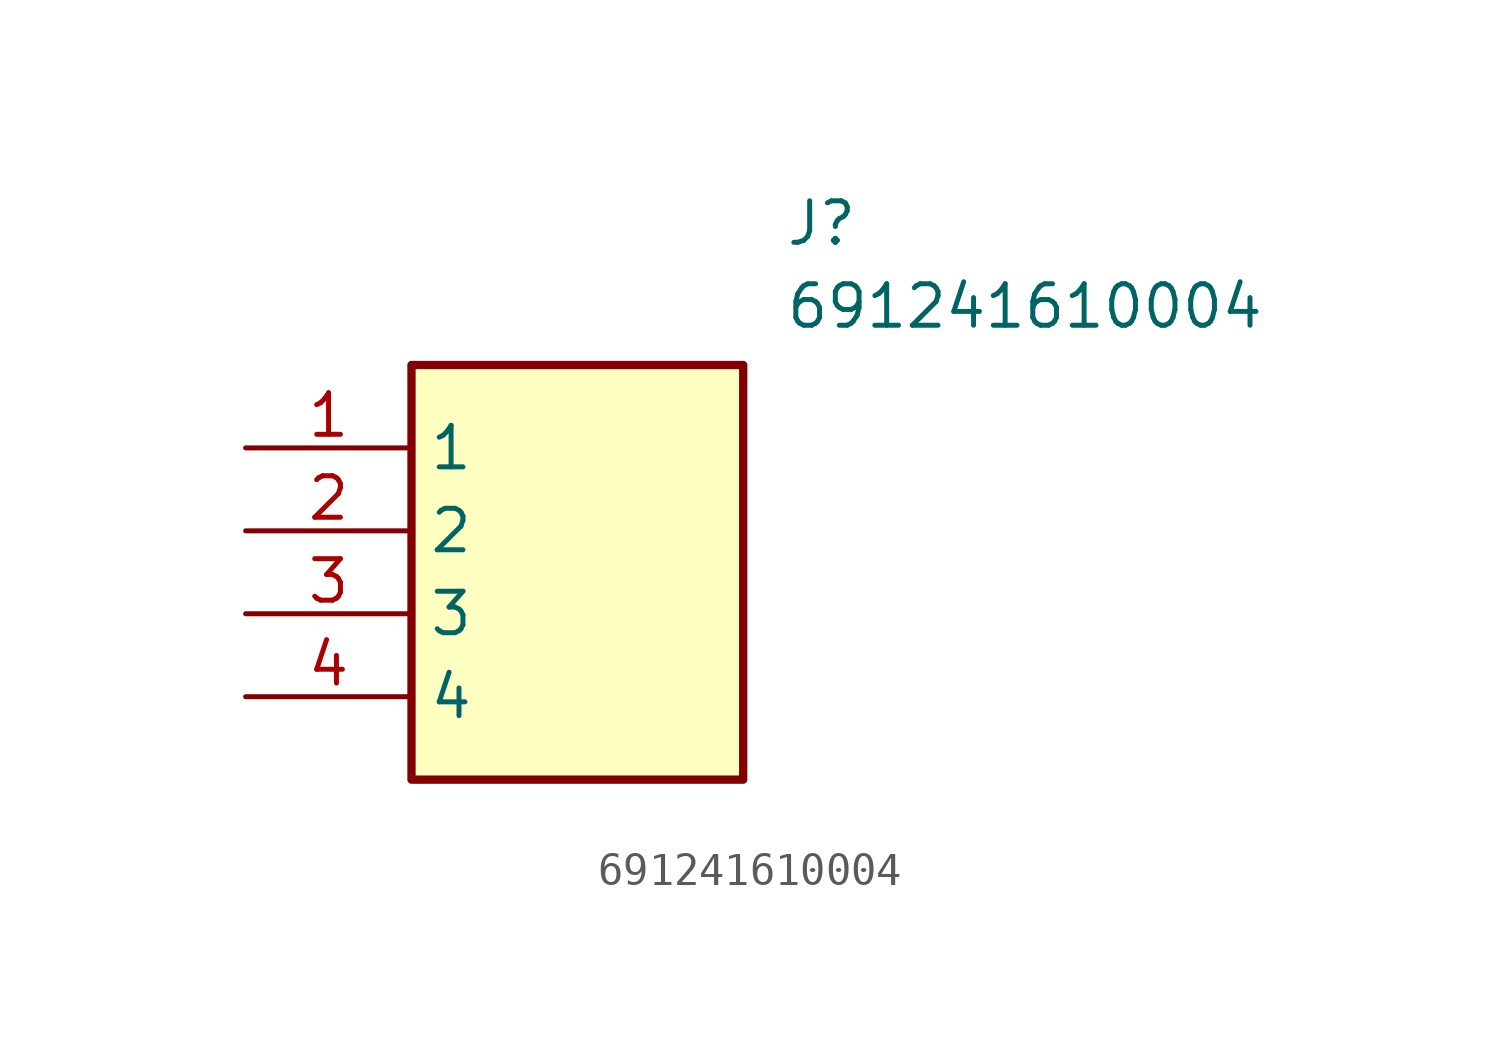
<source format=kicad_sym>
(kicad_symbol_lib
  (version 20211014)
  (generator SamacSys_ECAD_Model)
  (symbol "691241610004"
    (property "Reference" "J"
      (at 16.51 7.62 0)
      (effects (font (size 1.27 1.27)) (justify left top)))
    (property "Value" "691241610004"
      (at 16.51 5.08 0)
      (effects (font (size 1.27 1.27)) (justify left top)))
    (rectangle
      (start 5.08 2.54)
      (end 15.24 -10.16)
      (stroke (width 0.254) (type default))
      (fill (type background)))
    (pin passive line
      (at 0 0 0)
      (length 5.08)
      (name "1" (effects (font (size 1.27 1.27))))
      (number "1" (effects (font (size 1.27 1.27)))))
    (pin passive line
      (at 0 -2.54 0)
      (length 5.08)
      (name "2" (effects (font (size 1.27 1.27))))
      (number "2" (effects (font (size 1.27 1.27)))))
    (pin passive line
      (at 0 -5.08 0)
      (length 5.08)
      (name "3" (effects (font (size 1.27 1.27))))
      (number "3" (effects (font (size 1.27 1.27)))))
    (pin passive line
      (at 0 -7.62 0)
      (length 5.08)
      (name "4" (effects (font (size 1.27 1.27))))
      (number "4" (effects (font (size 1.27 1.27)))))))
</source>
